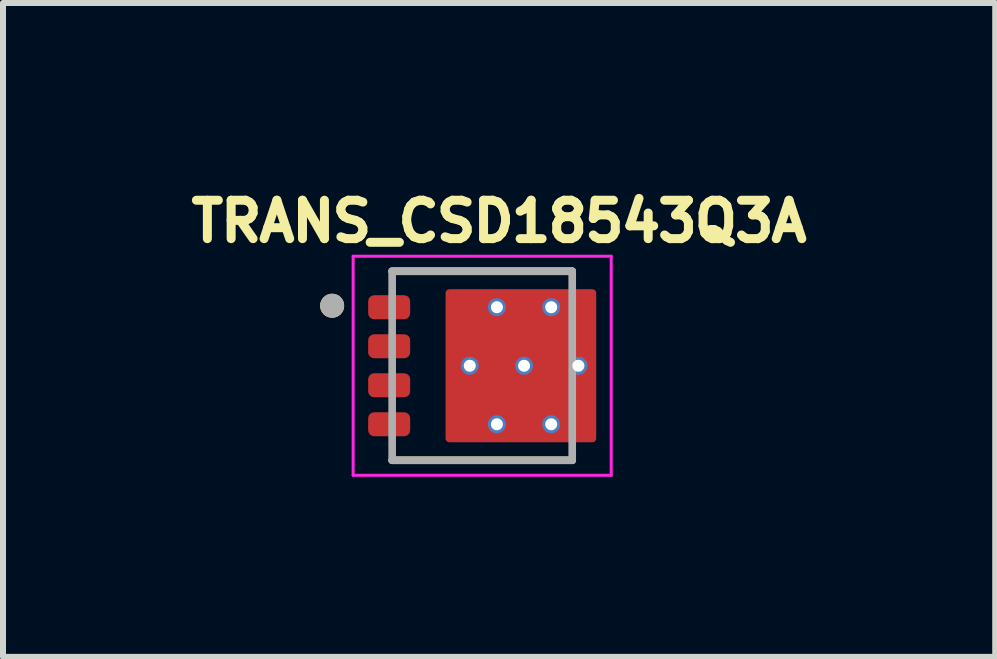
<source format=kicad_pcb>
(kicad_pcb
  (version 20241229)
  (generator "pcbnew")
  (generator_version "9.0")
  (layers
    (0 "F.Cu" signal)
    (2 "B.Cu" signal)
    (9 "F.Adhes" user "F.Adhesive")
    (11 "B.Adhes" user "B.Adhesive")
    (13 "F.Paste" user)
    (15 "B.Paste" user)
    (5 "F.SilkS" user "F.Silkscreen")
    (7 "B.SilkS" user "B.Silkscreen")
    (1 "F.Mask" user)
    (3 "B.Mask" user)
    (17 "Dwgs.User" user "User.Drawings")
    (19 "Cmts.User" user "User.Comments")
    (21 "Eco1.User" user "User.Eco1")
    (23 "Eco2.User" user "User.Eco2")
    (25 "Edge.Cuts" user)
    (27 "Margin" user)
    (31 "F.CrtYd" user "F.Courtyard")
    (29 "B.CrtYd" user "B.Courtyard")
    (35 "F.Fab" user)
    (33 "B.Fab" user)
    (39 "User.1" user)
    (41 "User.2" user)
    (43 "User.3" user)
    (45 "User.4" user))
  (footprint "TRANS_CSD18543Q3A"
    (layer "F.Cu")
    (at 4.984 3.044)
    (property "Reference" "TRANS_CSD18543Q3A" (at 0.282 -2.406 0) (layer "F.SilkS") (effects (font (size 0.64 0.64) (thickness 0.15))))
    (attr through_hole)
    (fp_poly (pts (xy -1.8 -1.125) (xy -1.3 -1.125) (xy -1.297 -1.125) (xy -1.295 -1.125) (xy -1.292 -1.124) (xy -1.29 -1.124) (xy -1.287 -1.123) (xy -1.285 -1.123) (xy -1.282 -1.122) (xy -1.28 -1.121) (xy -1.277 -1.12) (xy -1.275 -1.118) (xy -1.273 -1.117) (xy -1.271 -1.115) (xy -1.269 -1.114) (xy -1.267 -1.112) (xy -1.265 -1.11) (xy -1.263 -1.108) (xy -1.261 -1.106) (xy -1.26 -1.104) (xy -1.258 -1.102) (xy -1.257 -1.1) (xy -1.255 -1.098) (xy -1.254 -1.095) (xy -1.253 -1.093) (xy -1.252 -1.09) (xy -1.252 -1.088) (xy -1.251 -1.085) (xy -1.251 -1.083) (xy -1.25 -1.08) (xy -1.25 -1.078) (xy -1.25 -1.075) (xy -1.25 -0.875) (xy -1.25 -0.872) (xy -1.25 -0.87) (xy -1.251 -0.867) (xy -1.251 -0.865) (xy -1.252 -0.862) (xy -1.252 -0.86) (xy -1.253 -0.857) (xy -1.254 -0.855) (xy -1.255 -0.852) (xy -1.257 -0.85) (xy -1.258 -0.848) (xy -1.26 -0.846) (xy -1.261 -0.844) (xy -1.263 -0.842) (xy -1.265 -0.84) (xy -1.267 -0.838) (xy -1.269 -0.836) (xy -1.271 -0.835) (xy -1.273 -0.833) (xy -1.275 -0.832) (xy -1.277 -0.83) (xy -1.28 -0.829) (xy -1.282 -0.828) (xy -1.285 -0.827) (xy -1.287 -0.827) (xy -1.29 -0.826) (xy -1.292 -0.826) (xy -1.295 -0.825) (xy -1.297 -0.825) (xy -1.3 -0.825) (xy -1.8 -0.825) (xy -1.803 -0.825) (xy -1.805 -0.825) (xy -1.808 -0.826) (xy -1.81 -0.826) (xy -1.813 -0.827) (xy -1.815 -0.827) (xy -1.818 -0.828) (xy -1.82 -0.829) (xy -1.823 -0.83) (xy -1.825 -0.832) (xy -1.827 -0.833) (xy -1.829 -0.835) (xy -1.831 -0.836) (xy -1.833 -0.838) (xy -1.835 -0.84) (xy -1.837 -0.842) (xy -1.839 -0.844) (xy -1.84 -0.846) (xy -1.842 -0.848) (xy -1.843 -0.85) (xy -1.845 -0.852) (xy -1.846 -0.855) (xy -1.847 -0.857) (xy -1.848 -0.86) (xy -1.848 -0.862) (xy -1.849 -0.865) (xy -1.849 -0.867) (xy -1.85 -0.87) (xy -1.85 -0.872) (xy -1.85 -0.875) (xy -1.85 -1.075) (xy -1.85 -1.078) (xy -1.85 -1.08) (xy -1.849 -1.083) (xy -1.849 -1.085) (xy -1.848 -1.088) (xy -1.848 -1.09) (xy -1.847 -1.093) (xy -1.846 -1.095) (xy -1.845 -1.098) (xy -1.843 -1.1) (xy -1.842 -1.102) (xy -1.84 -1.104) (xy -1.839 -1.106) (xy -1.837 -1.108) (xy -1.835 -1.11) (xy -1.833 -1.112) (xy -1.831 -1.114) (xy -1.829 -1.115) (xy -1.827 -1.117) (xy -1.825 -1.118) (xy -1.823 -1.12) (xy -1.82 -1.121) (xy -1.818 -1.122) (xy -1.815 -1.123) (xy -1.813 -1.123) (xy -1.81 -1.124) (xy -1.808 -1.124) (xy -1.805 -1.125) (xy -1.803 -1.125) (xy -1.8 -1.125)) (stroke (width 0.01) (type solid)) (fill yes) (layer "F.Mask"))
    (fp_poly (pts (xy -1.8 -0.475) (xy -1.3 -0.475) (xy -1.297 -0.475) (xy -1.295 -0.475) (xy -1.292 -0.474) (xy -1.29 -0.474) (xy -1.287 -0.473) (xy -1.285 -0.473) (xy -1.282 -0.472) (xy -1.28 -0.471) (xy -1.277 -0.47) (xy -1.275 -0.468) (xy -1.273 -0.467) (xy -1.271 -0.465) (xy -1.269 -0.464) (xy -1.267 -0.462) (xy -1.265 -0.46) (xy -1.263 -0.458) (xy -1.261 -0.456) (xy -1.26 -0.454) (xy -1.258 -0.452) (xy -1.257 -0.45) (xy -1.255 -0.448) (xy -1.254 -0.445) (xy -1.253 -0.443) (xy -1.252 -0.44) (xy -1.252 -0.438) (xy -1.251 -0.435) (xy -1.251 -0.433) (xy -1.25 -0.43) (xy -1.25 -0.428) (xy -1.25 -0.425) (xy -1.25 -0.225) (xy -1.25 -0.222) (xy -1.25 -0.22) (xy -1.251 -0.217) (xy -1.251 -0.215) (xy -1.252 -0.212) (xy -1.252 -0.21) (xy -1.253 -0.207) (xy -1.254 -0.205) (xy -1.255 -0.202) (xy -1.257 -0.2) (xy -1.258 -0.198) (xy -1.26 -0.196) (xy -1.261 -0.194) (xy -1.263 -0.192) (xy -1.265 -0.19) (xy -1.267 -0.188) (xy -1.269 -0.186) (xy -1.271 -0.185) (xy -1.273 -0.183) (xy -1.275 -0.182) (xy -1.277 -0.18) (xy -1.28 -0.179) (xy -1.282 -0.178) (xy -1.285 -0.177) (xy -1.287 -0.177) (xy -1.29 -0.176) (xy -1.292 -0.176) (xy -1.295 -0.175) (xy -1.297 -0.175) (xy -1.3 -0.175) (xy -1.8 -0.175) (xy -1.803 -0.175) (xy -1.805 -0.175) (xy -1.808 -0.176) (xy -1.81 -0.176) (xy -1.813 -0.177) (xy -1.815 -0.177) (xy -1.818 -0.178) (xy -1.82 -0.179) (xy -1.823 -0.18) (xy -1.825 -0.182) (xy -1.827 -0.183) (xy -1.829 -0.185) (xy -1.831 -0.186) (xy -1.833 -0.188) (xy -1.835 -0.19) (xy -1.837 -0.192) (xy -1.839 -0.194) (xy -1.84 -0.196) (xy -1.842 -0.198) (xy -1.843 -0.2) (xy -1.845 -0.202) (xy -1.846 -0.205) (xy -1.847 -0.207) (xy -1.848 -0.21) (xy -1.848 -0.212) (xy -1.849 -0.215) (xy -1.849 -0.217) (xy -1.85 -0.22) (xy -1.85 -0.222) (xy -1.85 -0.225) (xy -1.85 -0.425) (xy -1.85 -0.428) (xy -1.85 -0.43) (xy -1.849 -0.433) (xy -1.849 -0.435) (xy -1.848 -0.438) (xy -1.848 -0.44) (xy -1.847 -0.443) (xy -1.846 -0.445) (xy -1.845 -0.448) (xy -1.843 -0.45) (xy -1.842 -0.452) (xy -1.84 -0.454) (xy -1.839 -0.456) (xy -1.837 -0.458) (xy -1.835 -0.46) (xy -1.833 -0.462) (xy -1.831 -0.464) (xy -1.829 -0.465) (xy -1.827 -0.467) (xy -1.825 -0.468) (xy -1.823 -0.47) (xy -1.82 -0.471) (xy -1.818 -0.472) (xy -1.815 -0.473) (xy -1.813 -0.473) (xy -1.81 -0.474) (xy -1.808 -0.474) (xy -1.805 -0.475) (xy -1.803 -0.475) (xy -1.8 -0.475)) (stroke (width 0.01) (type solid)) (fill yes) (layer "F.Mask"))
    (fp_poly (pts (xy -1.8 0.175) (xy -1.3 0.175) (xy -1.297 0.175) (xy -1.295 0.175) (xy -1.292 0.176) (xy -1.29 0.176) (xy -1.287 0.177) (xy -1.285 0.177) (xy -1.282 0.178) (xy -1.28 0.179) (xy -1.277 0.18) (xy -1.275 0.182) (xy -1.273 0.183) (xy -1.271 0.185) (xy -1.269 0.186) (xy -1.267 0.188) (xy -1.265 0.19) (xy -1.263 0.192) (xy -1.261 0.194) (xy -1.26 0.196) (xy -1.258 0.198) (xy -1.257 0.2) (xy -1.255 0.202) (xy -1.254 0.205) (xy -1.253 0.207) (xy -1.252 0.21) (xy -1.252 0.212) (xy -1.251 0.215) (xy -1.251 0.217) (xy -1.25 0.22) (xy -1.25 0.222) (xy -1.25 0.225) (xy -1.25 0.425) (xy -1.25 0.428) (xy -1.25 0.43) (xy -1.251 0.433) (xy -1.251 0.435) (xy -1.252 0.438) (xy -1.252 0.44) (xy -1.253 0.443) (xy -1.254 0.445) (xy -1.255 0.448) (xy -1.257 0.45) (xy -1.258 0.452) (xy -1.26 0.454) (xy -1.261 0.456) (xy -1.263 0.458) (xy -1.265 0.46) (xy -1.267 0.462) (xy -1.269 0.464) (xy -1.271 0.465) (xy -1.273 0.467) (xy -1.275 0.468) (xy -1.277 0.47) (xy -1.28 0.471) (xy -1.282 0.472) (xy -1.285 0.473) (xy -1.287 0.473) (xy -1.29 0.474) (xy -1.292 0.474) (xy -1.295 0.475) (xy -1.297 0.475) (xy -1.3 0.475) (xy -1.8 0.475) (xy -1.803 0.475) (xy -1.805 0.475) (xy -1.808 0.474) (xy -1.81 0.474) (xy -1.813 0.473) (xy -1.815 0.473) (xy -1.818 0.472) (xy -1.82 0.471) (xy -1.823 0.47) (xy -1.825 0.468) (xy -1.827 0.467) (xy -1.829 0.465) (xy -1.831 0.464) (xy -1.833 0.462) (xy -1.835 0.46) (xy -1.837 0.458) (xy -1.839 0.456) (xy -1.84 0.454) (xy -1.842 0.452) (xy -1.843 0.45) (xy -1.845 0.448) (xy -1.846 0.445) (xy -1.847 0.443) (xy -1.848 0.44) (xy -1.848 0.438) (xy -1.849 0.435) (xy -1.849 0.433) (xy -1.85 0.43) (xy -1.85 0.428) (xy -1.85 0.425) (xy -1.85 0.225) (xy -1.85 0.222) (xy -1.85 0.22) (xy -1.849 0.217) (xy -1.849 0.215) (xy -1.848 0.212) (xy -1.848 0.21) (xy -1.847 0.207) (xy -1.846 0.205) (xy -1.845 0.202) (xy -1.843 0.2) (xy -1.842 0.198) (xy -1.84 0.196) (xy -1.839 0.194) (xy -1.837 0.192) (xy -1.835 0.19) (xy -1.833 0.188) (xy -1.831 0.186) (xy -1.829 0.185) (xy -1.827 0.183) (xy -1.825 0.182) (xy -1.823 0.18) (xy -1.82 0.179) (xy -1.818 0.178) (xy -1.815 0.177) (xy -1.813 0.177) (xy -1.81 0.176) (xy -1.808 0.176) (xy -1.805 0.175) (xy -1.803 0.175) (xy -1.8 0.175)) (stroke (width 0.01) (type solid)) (fill yes) (layer "F.Mask"))
    (fp_poly (pts (xy -1.8 0.825) (xy -1.3 0.825) (xy -1.297 0.825) (xy -1.295 0.825) (xy -1.292 0.826) (xy -1.29 0.826) (xy -1.287 0.827) (xy -1.285 0.827) (xy -1.282 0.828) (xy -1.28 0.829) (xy -1.277 0.83) (xy -1.275 0.832) (xy -1.273 0.833) (xy -1.271 0.835) (xy -1.269 0.836) (xy -1.267 0.838) (xy -1.265 0.84) (xy -1.263 0.842) (xy -1.261 0.844) (xy -1.26 0.846) (xy -1.258 0.848) (xy -1.257 0.85) (xy -1.255 0.852) (xy -1.254 0.855) (xy -1.253 0.857) (xy -1.252 0.86) (xy -1.252 0.862) (xy -1.251 0.865) (xy -1.251 0.867) (xy -1.25 0.87) (xy -1.25 0.872) (xy -1.25 0.875) (xy -1.25 1.075) (xy -1.25 1.078) (xy -1.25 1.08) (xy -1.251 1.083) (xy -1.251 1.085) (xy -1.252 1.088) (xy -1.252 1.09) (xy -1.253 1.093) (xy -1.254 1.095) (xy -1.255 1.098) (xy -1.257 1.1) (xy -1.258 1.102) (xy -1.26 1.104) (xy -1.261 1.106) (xy -1.263 1.108) (xy -1.265 1.11) (xy -1.267 1.112) (xy -1.269 1.114) (xy -1.271 1.115) (xy -1.273 1.117) (xy -1.275 1.118) (xy -1.277 1.12) (xy -1.28 1.121) (xy -1.282 1.122) (xy -1.285 1.123) (xy -1.287 1.123) (xy -1.29 1.124) (xy -1.292 1.124) (xy -1.295 1.125) (xy -1.297 1.125) (xy -1.3 1.125) (xy -1.8 1.125) (xy -1.803 1.125) (xy -1.805 1.125) (xy -1.808 1.124) (xy -1.81 1.124) (xy -1.813 1.123) (xy -1.815 1.123) (xy -1.818 1.122) (xy -1.82 1.121) (xy -1.823 1.12) (xy -1.825 1.118) (xy -1.827 1.117) (xy -1.829 1.115) (xy -1.831 1.114) (xy -1.833 1.112) (xy -1.835 1.11) (xy -1.837 1.108) (xy -1.839 1.106) (xy -1.84 1.104) (xy -1.842 1.102) (xy -1.843 1.1) (xy -1.845 1.098) (xy -1.846 1.095) (xy -1.847 1.093) (xy -1.848 1.09) (xy -1.848 1.088) (xy -1.849 1.085) (xy -1.849 1.083) (xy -1.85 1.08) (xy -1.85 1.078) (xy -1.85 1.075) (xy -1.85 0.875) (xy -1.85 0.872) (xy -1.85 0.87) (xy -1.849 0.867) (xy -1.849 0.865) (xy -1.848 0.862) (xy -1.848 0.86) (xy -1.847 0.857) (xy -1.846 0.855) (xy -1.845 0.852) (xy -1.843 0.85) (xy -1.842 0.848) (xy -1.84 0.846) (xy -1.839 0.844) (xy -1.837 0.842) (xy -1.835 0.84) (xy -1.833 0.838) (xy -1.831 0.836) (xy -1.829 0.835) (xy -1.827 0.833) (xy -1.825 0.832) (xy -1.823 0.83) (xy -1.82 0.829) (xy -1.818 0.828) (xy -1.815 0.827) (xy -1.813 0.827) (xy -1.81 0.826) (xy -1.808 0.826) (xy -1.805 0.825) (xy -1.803 0.825) (xy -1.8 0.825)) (stroke (width 0.01) (type solid)) (fill yes) (layer "F.Mask"))
    (fp_poly (pts (xy 1.215 1.125) (xy 1.215 1.175) (xy 1.215 1.178) (xy 1.215 1.18) (xy 1.214 1.183) (xy 1.214 1.185) (xy 1.213 1.188) (xy 1.213 1.19) (xy 1.212 1.193) (xy 1.211 1.195) (xy 1.21 1.198) (xy 1.208 1.2) (xy 1.207 1.202) (xy 1.205 1.204) (xy 1.204 1.206) (xy 1.202 1.208) (xy 1.2 1.21) (xy 1.198 1.212) (xy 1.196 1.214) (xy 1.194 1.215) (xy 1.192 1.217) (xy 1.19 1.218) (xy 1.188 1.22) (xy 1.185 1.221) (xy 1.183 1.222) (xy 1.18 1.223) (xy 1.178 1.223) (xy 1.175 1.224) (xy 1.173 1.224) (xy 1.17 1.225) (xy 1.168 1.225) (xy 1.165 1.225) (xy -0.51 1.225) (xy -0.513 1.225) (xy -0.515 1.225) (xy -0.518 1.224) (xy -0.52 1.224) (xy -0.523 1.223) (xy -0.525 1.223) (xy -0.528 1.222) (xy -0.53 1.221) (xy -0.533 1.22) (xy -0.535 1.218) (xy -0.537 1.217) (xy -0.539 1.215) (xy -0.541 1.214) (xy -0.543 1.212) (xy -0.545 1.21) (xy -0.547 1.208) (xy -0.549 1.206) (xy -0.55 1.204) (xy -0.552 1.202) (xy -0.553 1.2) (xy -0.555 1.198) (xy -0.556 1.195) (xy -0.557 1.193) (xy -0.558 1.19) (xy -0.558 1.188) (xy -0.559 1.185) (xy -0.559 1.183) (xy -0.56 1.18) (xy -0.56 1.178) (xy -0.56 1.175) (xy -0.56 -1.175) (xy -0.56 -1.178) (xy -0.56 -1.18) (xy -0.559 -1.183) (xy -0.559 -1.185) (xy -0.558 -1.188) (xy -0.558 -1.19) (xy -0.557 -1.193) (xy -0.556 -1.195) (xy -0.555 -1.198) (xy -0.553 -1.2) (xy -0.552 -1.202) (xy -0.55 -1.204) (xy -0.549 -1.206) (xy -0.547 -1.208) (xy -0.545 -1.21) (xy -0.543 -1.212) (xy -0.541 -1.214) (xy -0.539 -1.215) (xy -0.537 -1.217) (xy -0.535 -1.218) (xy -0.533 -1.22) (xy -0.53 -1.221) (xy -0.528 -1.222) (xy -0.525 -1.223) (xy -0.523 -1.223) (xy -0.52 -1.224) (xy -0.518 -1.224) (xy -0.515 -1.225) (xy -0.513 -1.225) (xy -0.51 -1.225) (xy 1.165 -1.225) (xy 1.168 -1.225) (xy 1.17 -1.225) (xy 1.173 -1.224) (xy 1.175 -1.224) (xy 1.178 -1.223) (xy 1.18 -1.223) (xy 1.183 -1.222) (xy 1.185 -1.221) (xy 1.188 -1.22) (xy 1.19 -1.218) (xy 1.192 -1.217) (xy 1.194 -1.215) (xy 1.196 -1.214) (xy 1.198 -1.212) (xy 1.2 -1.21) (xy 1.202 -1.208) (xy 1.204 -1.206) (xy 1.205 -1.204) (xy 1.207 -1.202) (xy 1.208 -1.2) (xy 1.21 -1.198) (xy 1.211 -1.195) (xy 1.212 -1.193) (xy 1.213 -1.19) (xy 1.213 -1.188) (xy 1.214 -1.185) (xy 1.214 -1.183) (xy 1.215 -1.18) (xy 1.215 -1.178) (xy 1.215 -1.175) (xy 1.215 -1.125) (xy 1.8 -1.125) (xy 1.803 -1.125) (xy 1.805 -1.125) (xy 1.808 -1.124) (xy 1.81 -1.124) (xy 1.813 -1.123) (xy 1.815 -1.123) (xy 1.818 -1.122) (xy 1.82 -1.121) (xy 1.823 -1.12) (xy 1.825 -1.118) (xy 1.827 -1.117) (xy 1.829 -1.115) (xy 1.831 -1.114) (xy 1.833 -1.112) (xy 1.835 -1.11) (xy 1.837 -1.108) (xy 1.839 -1.106) (xy 1.84 -1.104) (xy 1.842 -1.102) (xy 1.843 -1.1) (xy 1.845 -1.098) (xy 1.846 -1.095) (xy 1.847 -1.093) (xy 1.848 -1.09) (xy 1.848 -1.088) (xy 1.849 -1.085) (xy 1.849 -1.083) (xy 1.85 -1.08) (xy 1.85 -1.078) (xy 1.85 -1.075) (xy 1.85 -0.875) (xy 1.85 -0.872) (xy 1.85 -0.87) (xy 1.849 -0.867) (xy 1.849 -0.865) (xy 1.848 -0.862) (xy 1.848 -0.86) (xy 1.847 -0.857) (xy 1.846 -0.855) (xy 1.845 -0.852) (xy 1.843 -0.85) (xy 1.842 -0.848) (xy 1.84 -0.846) (xy 1.839 -0.844) (xy 1.837 -0.842) (xy 1.835 -0.84) (xy 1.833 -0.838) (xy 1.831 -0.836) (xy 1.829 -0.835) (xy 1.827 -0.833) (xy 1.825 -0.832) (xy 1.823 -0.83) (xy 1.82 -0.829) (xy 1.818 -0.828) (xy 1.815 -0.827) (xy 1.813 -0.827) (xy 1.81 -0.826) (xy 1.808 -0.826) (xy 1.805 -0.825) (xy 1.803 -0.825) (xy 1.8 -0.825) (xy 1.215 -0.825) (xy 1.215 -0.475) (xy 1.8 -0.475) (xy 1.803 -0.475) (xy 1.805 -0.475) (xy 1.808 -0.474) (xy 1.81 -0.474) (xy 1.813 -0.473) (xy 1.815 -0.473) (xy 1.818 -0.472) (xy 1.82 -0.471) (xy 1.823 -0.47) (xy 1.825 -0.468) (xy 1.827 -0.467) (xy 1.829 -0.465) (xy 1.831 -0.464) (xy 1.833 -0.462) (xy 1.835 -0.46) (xy 1.837 -0.458) (xy 1.839 -0.456) (xy 1.84 -0.454) (xy 1.842 -0.452) (xy 1.843 -0.45) (xy 1.845 -0.448) (xy 1.846 -0.445) (xy 1.847 -0.443) (xy 1.848 -0.44) (xy 1.848 -0.438) (xy 1.849 -0.435) (xy 1.849 -0.433) (xy 1.85 -0.43) (xy 1.85 -0.428) (xy 1.85 -0.425) (xy 1.85 -0.225) (xy 1.85 -0.222) (xy 1.85 -0.22) (xy 1.849 -0.217) (xy 1.849 -0.215) (xy 1.848 -0.212) (xy 1.848 -0.21) (xy 1.847 -0.207) (xy 1.846 -0.205) (xy 1.845 -0.202) (xy 1.843 -0.2) (xy 1.842 -0.198) (xy 1.84 -0.196) (xy 1.839 -0.194) (xy 1.837 -0.192) (xy 1.835 -0.19) (xy 1.833 -0.188) (xy 1.831 -0.186) (xy 1.829 -0.185) (xy 1.827 -0.183) (xy 1.825 -0.182) (xy 1.823 -0.18) (xy 1.82 -0.179) (xy 1.818 -0.178) (xy 1.815 -0.177) (xy 1.813 -0.177) (xy 1.81 -0.176) (xy 1.808 -0.176) (xy 1.805 -0.175) (xy 1.803 -0.175) (xy 1.8 -0.175) (xy 1.215 -0.175) (xy 1.215 0.175) (xy 1.8 0.175) (xy 1.803 0.175) (xy 1.805 0.175) (xy 1.808 0.176) (xy 1.81 0.176) (xy 1.813 0.177) (xy 1.815 0.177) (xy 1.818 0.178) (xy 1.82 0.179) (xy 1.823 0.18) (xy 1.825 0.182) (xy 1.827 0.183) (xy 1.829 0.185) (xy 1.831 0.186) (xy 1.833 0.188) (xy 1.835 0.19) (xy 1.837 0.192) (xy 1.839 0.194) (xy 1.84 0.196) (xy 1.842 0.198) (xy 1.843 0.2) (xy 1.845 0.202) (xy 1.846 0.205) (xy 1.847 0.207) (xy 1.848 0.21) (xy 1.848 0.212) (xy 1.849 0.215) (xy 1.849 0.217) (xy 1.85 0.22) (xy 1.85 0.222) (xy 1.85 0.225) (xy 1.85 0.425) (xy 1.85 0.428) (xy 1.85 0.43) (xy 1.849 0.433) (xy 1.849 0.435) (xy 1.848 0.438) (xy 1.848 0.44) (xy 1.847 0.443) (xy 1.846 0.445) (xy 1.845 0.448) (xy 1.843 0.45) (xy 1.842 0.452) (xy 1.84 0.454) (xy 1.839 0.456) (xy 1.837 0.458) (xy 1.835 0.46) (xy 1.833 0.462) (xy 1.831 0.464) (xy 1.829 0.465) (xy 1.827 0.467) (xy 1.825 0.468) (xy 1.823 0.47) (xy 1.82 0.471) (xy 1.818 0.472) (xy 1.815 0.473) (xy 1.813 0.473) (xy 1.81 0.474) (xy 1.808 0.474) (xy 1.805 0.475) (xy 1.803 0.475) (xy 1.8 0.475) (xy 1.215 0.475) (xy 1.215 0.825) (xy 1.8 0.825) (xy 1.803 0.825) (xy 1.805 0.825) (xy 1.808 0.826) (xy 1.81 0.826) (xy 1.813 0.827) (xy 1.815 0.827) (xy 1.818 0.828) (xy 1.82 0.829) (xy 1.823 0.83) (xy 1.825 0.832) (xy 1.827 0.833) (xy 1.829 0.835) (xy 1.831 0.836) (xy 1.833 0.838) (xy 1.835 0.84) (xy 1.837 0.842) (xy 1.839 0.844) (xy 1.84 0.846) (xy 1.842 0.848) (xy 1.843 0.85) (xy 1.845 0.852) (xy 1.846 0.855) (xy 1.847 0.857) (xy 1.848 0.86) (xy 1.848 0.862) (xy 1.849 0.865) (xy 1.849 0.867) (xy 1.85 0.87) (xy 1.85 0.872) (xy 1.85 0.875) (xy 1.85 1.075) (xy 1.85 1.078) (xy 1.85 1.08) (xy 1.849 1.083) (xy 1.849 1.085) (xy 1.848 1.088) (xy 1.848 1.09) (xy 1.847 1.093) (xy 1.846 1.095) (xy 1.845 1.098) (xy 1.843 1.1) (xy 1.842 1.102) (xy 1.84 1.104) (xy 1.839 1.106) (xy 1.837 1.108) (xy 1.835 1.11) (xy 1.833 1.112) (xy 1.831 1.114) (xy 1.829 1.115) (xy 1.827 1.117) (xy 1.825 1.118) (xy 1.823 1.12) (xy 1.82 1.121) (xy 1.818 1.122) (xy 1.815 1.123) (xy 1.813 1.123) (xy 1.81 1.124) (xy 1.808 1.124) (xy 1.805 1.125) (xy 1.803 1.125) (xy 1.8 1.125) (xy 1.215 1.125)) (stroke (width 0.01) (type solid)) (fill yes) (layer "F.Mask"))
    (fp_line (start -1.5 -1.575) (end 1.5 -1.575) (stroke (width 0.127) (type solid)) (layer "F.SilkS"))
    (fp_line (start 1.5 1.575) (end -1.5 1.575) (stroke (width 0.127) (type solid)) (layer "F.SilkS"))
    (fp_circle (center -2.5 -1) (end -2.4 -1) (stroke (width 0.2) (type solid)) (fill no) (layer "F.SilkS"))
    (fp_poly (pts (xy -1.8 -1.125) (xy -1.3 -1.125) (xy -1.297 -1.125) (xy -1.295 -1.125) (xy -1.292 -1.124) (xy -1.29 -1.124) (xy -1.287 -1.123) (xy -1.285 -1.123) (xy -1.282 -1.122) (xy -1.28 -1.121) (xy -1.277 -1.12) (xy -1.275 -1.118) (xy -1.273 -1.117) (xy -1.271 -1.115) (xy -1.269 -1.114) (xy -1.267 -1.112) (xy -1.265 -1.11) (xy -1.263 -1.108) (xy -1.261 -1.106) (xy -1.26 -1.104) (xy -1.258 -1.102) (xy -1.257 -1.1) (xy -1.255 -1.098) (xy -1.254 -1.095) (xy -1.253 -1.093) (xy -1.252 -1.09) (xy -1.252 -1.088) (xy -1.251 -1.085) (xy -1.251 -1.083) (xy -1.25 -1.08) (xy -1.25 -1.078) (xy -1.25 -1.075) (xy -1.25 -0.875) (xy -1.25 -0.872) (xy -1.25 -0.87) (xy -1.251 -0.867) (xy -1.251 -0.865) (xy -1.252 -0.862) (xy -1.252 -0.86) (xy -1.253 -0.857) (xy -1.254 -0.855) (xy -1.255 -0.852) (xy -1.257 -0.85) (xy -1.258 -0.848) (xy -1.26 -0.846) (xy -1.261 -0.844) (xy -1.263 -0.842) (xy -1.265 -0.84) (xy -1.267 -0.838) (xy -1.269 -0.836) (xy -1.271 -0.835) (xy -1.273 -0.833) (xy -1.275 -0.832) (xy -1.277 -0.83) (xy -1.28 -0.829) (xy -1.282 -0.828) (xy -1.285 -0.827) (xy -1.287 -0.827) (xy -1.29 -0.826) (xy -1.292 -0.826) (xy -1.295 -0.825) (xy -1.297 -0.825) (xy -1.3 -0.825) (xy -1.8 -0.825) (xy -1.803 -0.825) (xy -1.805 -0.825) (xy -1.808 -0.826) (xy -1.81 -0.826) (xy -1.813 -0.827) (xy -1.815 -0.827) (xy -1.818 -0.828) (xy -1.82 -0.829) (xy -1.823 -0.83) (xy -1.825 -0.832) (xy -1.827 -0.833) (xy -1.829 -0.835) (xy -1.831 -0.836) (xy -1.833 -0.838) (xy -1.835 -0.84) (xy -1.837 -0.842) (xy -1.839 -0.844) (xy -1.84 -0.846) (xy -1.842 -0.848) (xy -1.843 -0.85) (xy -1.845 -0.852) (xy -1.846 -0.855) (xy -1.847 -0.857) (xy -1.848 -0.86) (xy -1.848 -0.862) (xy -1.849 -0.865) (xy -1.849 -0.867) (xy -1.85 -0.87) (xy -1.85 -0.872) (xy -1.85 -0.875) (xy -1.85 -1.075) (xy -1.85 -1.078) (xy -1.85 -1.08) (xy -1.849 -1.083) (xy -1.849 -1.085) (xy -1.848 -1.088) (xy -1.848 -1.09) (xy -1.847 -1.093) (xy -1.846 -1.095) (xy -1.845 -1.098) (xy -1.843 -1.1) (xy -1.842 -1.102) (xy -1.84 -1.104) (xy -1.839 -1.106) (xy -1.837 -1.108) (xy -1.835 -1.11) (xy -1.833 -1.112) (xy -1.831 -1.114) (xy -1.829 -1.115) (xy -1.827 -1.117) (xy -1.825 -1.118) (xy -1.823 -1.12) (xy -1.82 -1.121) (xy -1.818 -1.122) (xy -1.815 -1.123) (xy -1.813 -1.123) (xy -1.81 -1.124) (xy -1.808 -1.124) (xy -1.805 -1.125) (xy -1.803 -1.125) (xy -1.8 -1.125)) (stroke (width 0.01) (type solid)) (fill yes) (layer "F.Paste"))
    (fp_poly (pts (xy -1.8 -0.475) (xy -1.3 -0.475) (xy -1.297 -0.475) (xy -1.295 -0.475) (xy -1.292 -0.474) (xy -1.29 -0.474) (xy -1.287 -0.473) (xy -1.285 -0.473) (xy -1.282 -0.472) (xy -1.28 -0.471) (xy -1.277 -0.47) (xy -1.275 -0.468) (xy -1.273 -0.467) (xy -1.271 -0.465) (xy -1.269 -0.464) (xy -1.267 -0.462) (xy -1.265 -0.46) (xy -1.263 -0.458) (xy -1.261 -0.456) (xy -1.26 -0.454) (xy -1.258 -0.452) (xy -1.257 -0.45) (xy -1.255 -0.448) (xy -1.254 -0.445) (xy -1.253 -0.443) (xy -1.252 -0.44) (xy -1.252 -0.438) (xy -1.251 -0.435) (xy -1.251 -0.433) (xy -1.25 -0.43) (xy -1.25 -0.428) (xy -1.25 -0.425) (xy -1.25 -0.225) (xy -1.25 -0.222) (xy -1.25 -0.22) (xy -1.251 -0.217) (xy -1.251 -0.215) (xy -1.252 -0.212) (xy -1.252 -0.21) (xy -1.253 -0.207) (xy -1.254 -0.205) (xy -1.255 -0.202) (xy -1.257 -0.2) (xy -1.258 -0.198) (xy -1.26 -0.196) (xy -1.261 -0.194) (xy -1.263 -0.192) (xy -1.265 -0.19) (xy -1.267 -0.188) (xy -1.269 -0.186) (xy -1.271 -0.185) (xy -1.273 -0.183) (xy -1.275 -0.182) (xy -1.277 -0.18) (xy -1.28 -0.179) (xy -1.282 -0.178) (xy -1.285 -0.177) (xy -1.287 -0.177) (xy -1.29 -0.176) (xy -1.292 -0.176) (xy -1.295 -0.175) (xy -1.297 -0.175) (xy -1.3 -0.175) (xy -1.8 -0.175) (xy -1.803 -0.175) (xy -1.805 -0.175) (xy -1.808 -0.176) (xy -1.81 -0.176) (xy -1.813 -0.177) (xy -1.815 -0.177) (xy -1.818 -0.178) (xy -1.82 -0.179) (xy -1.823 -0.18) (xy -1.825 -0.182) (xy -1.827 -0.183) (xy -1.829 -0.185) (xy -1.831 -0.186) (xy -1.833 -0.188) (xy -1.835 -0.19) (xy -1.837 -0.192) (xy -1.839 -0.194) (xy -1.84 -0.196) (xy -1.842 -0.198) (xy -1.843 -0.2) (xy -1.845 -0.202) (xy -1.846 -0.205) (xy -1.847 -0.207) (xy -1.848 -0.21) (xy -1.848 -0.212) (xy -1.849 -0.215) (xy -1.849 -0.217) (xy -1.85 -0.22) (xy -1.85 -0.222) (xy -1.85 -0.225) (xy -1.85 -0.425) (xy -1.85 -0.428) (xy -1.85 -0.43) (xy -1.849 -0.433) (xy -1.849 -0.435) (xy -1.848 -0.438) (xy -1.848 -0.44) (xy -1.847 -0.443) (xy -1.846 -0.445) (xy -1.845 -0.448) (xy -1.843 -0.45) (xy -1.842 -0.452) (xy -1.84 -0.454) (xy -1.839 -0.456) (xy -1.837 -0.458) (xy -1.835 -0.46) (xy -1.833 -0.462) (xy -1.831 -0.464) (xy -1.829 -0.465) (xy -1.827 -0.467) (xy -1.825 -0.468) (xy -1.823 -0.47) (xy -1.82 -0.471) (xy -1.818 -0.472) (xy -1.815 -0.473) (xy -1.813 -0.473) (xy -1.81 -0.474) (xy -1.808 -0.474) (xy -1.805 -0.475) (xy -1.803 -0.475) (xy -1.8 -0.475)) (stroke (width 0.01) (type solid)) (fill yes) (layer "F.Paste"))
    (fp_poly (pts (xy -1.8 0.175) (xy -1.3 0.175) (xy -1.297 0.175) (xy -1.295 0.175) (xy -1.292 0.176) (xy -1.29 0.176) (xy -1.287 0.177) (xy -1.285 0.177) (xy -1.282 0.178) (xy -1.28 0.179) (xy -1.277 0.18) (xy -1.275 0.182) (xy -1.273 0.183) (xy -1.271 0.185) (xy -1.269 0.186) (xy -1.267 0.188) (xy -1.265 0.19) (xy -1.263 0.192) (xy -1.261 0.194) (xy -1.26 0.196) (xy -1.258 0.198) (xy -1.257 0.2) (xy -1.255 0.202) (xy -1.254 0.205) (xy -1.253 0.207) (xy -1.252 0.21) (xy -1.252 0.212) (xy -1.251 0.215) (xy -1.251 0.217) (xy -1.25 0.22) (xy -1.25 0.222) (xy -1.25 0.225) (xy -1.25 0.425) (xy -1.25 0.428) (xy -1.25 0.43) (xy -1.251 0.433) (xy -1.251 0.435) (xy -1.252 0.438) (xy -1.252 0.44) (xy -1.253 0.443) (xy -1.254 0.445) (xy -1.255 0.448) (xy -1.257 0.45) (xy -1.258 0.452) (xy -1.26 0.454) (xy -1.261 0.456) (xy -1.263 0.458) (xy -1.265 0.46) (xy -1.267 0.462) (xy -1.269 0.464) (xy -1.271 0.465) (xy -1.273 0.467) (xy -1.275 0.468) (xy -1.277 0.47) (xy -1.28 0.471) (xy -1.282 0.472) (xy -1.285 0.473) (xy -1.287 0.473) (xy -1.29 0.474) (xy -1.292 0.474) (xy -1.295 0.475) (xy -1.297 0.475) (xy -1.3 0.475) (xy -1.8 0.475) (xy -1.803 0.475) (xy -1.805 0.475) (xy -1.808 0.474) (xy -1.81 0.474) (xy -1.813 0.473) (xy -1.815 0.473) (xy -1.818 0.472) (xy -1.82 0.471) (xy -1.823 0.47) (xy -1.825 0.468) (xy -1.827 0.467) (xy -1.829 0.465) (xy -1.831 0.464) (xy -1.833 0.462) (xy -1.835 0.46) (xy -1.837 0.458) (xy -1.839 0.456) (xy -1.84 0.454) (xy -1.842 0.452) (xy -1.843 0.45) (xy -1.845 0.448) (xy -1.846 0.445) (xy -1.847 0.443) (xy -1.848 0.44) (xy -1.848 0.438) (xy -1.849 0.435) (xy -1.849 0.433) (xy -1.85 0.43) (xy -1.85 0.428) (xy -1.85 0.425) (xy -1.85 0.225) (xy -1.85 0.222) (xy -1.85 0.22) (xy -1.849 0.217) (xy -1.849 0.215) (xy -1.848 0.212) (xy -1.848 0.21) (xy -1.847 0.207) (xy -1.846 0.205) (xy -1.845 0.202) (xy -1.843 0.2) (xy -1.842 0.198) (xy -1.84 0.196) (xy -1.839 0.194) (xy -1.837 0.192) (xy -1.835 0.19) (xy -1.833 0.188) (xy -1.831 0.186) (xy -1.829 0.185) (xy -1.827 0.183) (xy -1.825 0.182) (xy -1.823 0.18) (xy -1.82 0.179) (xy -1.818 0.178) (xy -1.815 0.177) (xy -1.813 0.177) (xy -1.81 0.176) (xy -1.808 0.176) (xy -1.805 0.175) (xy -1.803 0.175) (xy -1.8 0.175)) (stroke (width 0.01) (type solid)) (fill yes) (layer "F.Paste"))
    (fp_poly (pts (xy -1.8 0.825) (xy -1.3 0.825) (xy -1.297 0.825) (xy -1.295 0.825) (xy -1.292 0.826) (xy -1.29 0.826) (xy -1.287 0.827) (xy -1.285 0.827) (xy -1.282 0.828) (xy -1.28 0.829) (xy -1.277 0.83) (xy -1.275 0.832) (xy -1.273 0.833) (xy -1.271 0.835) (xy -1.269 0.836) (xy -1.267 0.838) (xy -1.265 0.84) (xy -1.263 0.842) (xy -1.261 0.844) (xy -1.26 0.846) (xy -1.258 0.848) (xy -1.257 0.85) (xy -1.255 0.852) (xy -1.254 0.855) (xy -1.253 0.857) (xy -1.252 0.86) (xy -1.252 0.862) (xy -1.251 0.865) (xy -1.251 0.867) (xy -1.25 0.87) (xy -1.25 0.872) (xy -1.25 0.875) (xy -1.25 1.075) (xy -1.25 1.078) (xy -1.25 1.08) (xy -1.251 1.083) (xy -1.251 1.085) (xy -1.252 1.088) (xy -1.252 1.09) (xy -1.253 1.093) (xy -1.254 1.095) (xy -1.255 1.098) (xy -1.257 1.1) (xy -1.258 1.102) (xy -1.26 1.104) (xy -1.261 1.106) (xy -1.263 1.108) (xy -1.265 1.11) (xy -1.267 1.112) (xy -1.269 1.114) (xy -1.271 1.115) (xy -1.273 1.117) (xy -1.275 1.118) (xy -1.277 1.12) (xy -1.28 1.121) (xy -1.282 1.122) (xy -1.285 1.123) (xy -1.287 1.123) (xy -1.29 1.124) (xy -1.292 1.124) (xy -1.295 1.125) (xy -1.297 1.125) (xy -1.3 1.125) (xy -1.8 1.125) (xy -1.803 1.125) (xy -1.805 1.125) (xy -1.808 1.124) (xy -1.81 1.124) (xy -1.813 1.123) (xy -1.815 1.123) (xy -1.818 1.122) (xy -1.82 1.121) (xy -1.823 1.12) (xy -1.825 1.118) (xy -1.827 1.117) (xy -1.829 1.115) (xy -1.831 1.114) (xy -1.833 1.112) (xy -1.835 1.11) (xy -1.837 1.108) (xy -1.839 1.106) (xy -1.84 1.104) (xy -1.842 1.102) (xy -1.843 1.1) (xy -1.845 1.098) (xy -1.846 1.095) (xy -1.847 1.093) (xy -1.848 1.09) (xy -1.848 1.088) (xy -1.849 1.085) (xy -1.849 1.083) (xy -1.85 1.08) (xy -1.85 1.078) (xy -1.85 1.075) (xy -1.85 0.875) (xy -1.85 0.872) (xy -1.85 0.87) (xy -1.849 0.867) (xy -1.849 0.865) (xy -1.848 0.862) (xy -1.848 0.86) (xy -1.847 0.857) (xy -1.846 0.855) (xy -1.845 0.852) (xy -1.843 0.85) (xy -1.842 0.848) (xy -1.84 0.846) (xy -1.839 0.844) (xy -1.837 0.842) (xy -1.835 0.84) (xy -1.833 0.838) (xy -1.831 0.836) (xy -1.829 0.835) (xy -1.827 0.833) (xy -1.825 0.832) (xy -1.823 0.83) (xy -1.82 0.829) (xy -1.818 0.828) (xy -1.815 0.827) (xy -1.813 0.827) (xy -1.81 0.826) (xy -1.808 0.826) (xy -1.805 0.825) (xy -1.803 0.825) (xy -1.8 0.825)) (stroke (width 0.01) (type solid)) (fill yes) (layer "F.Paste"))
    (fp_poly (pts (xy 1.3 -1.125) (xy 1.8 -1.125) (xy 1.803 -1.125) (xy 1.805 -1.125) (xy 1.808 -1.124) (xy 1.81 -1.124) (xy 1.813 -1.123) (xy 1.815 -1.123) (xy 1.818 -1.122) (xy 1.82 -1.121) (xy 1.823 -1.12) (xy 1.825 -1.118) (xy 1.827 -1.117) (xy 1.829 -1.115) (xy 1.831 -1.114) (xy 1.833 -1.112) (xy 1.835 -1.11) (xy 1.837 -1.108) (xy 1.839 -1.106) (xy 1.84 -1.104) (xy 1.842 -1.102) (xy 1.843 -1.1) (xy 1.845 -1.098) (xy 1.846 -1.095) (xy 1.847 -1.093) (xy 1.848 -1.09) (xy 1.848 -1.088) (xy 1.849 -1.085) (xy 1.849 -1.083) (xy 1.85 -1.08) (xy 1.85 -1.078) (xy 1.85 -1.075) (xy 1.85 -0.875) (xy 1.85 -0.872) (xy 1.85 -0.87) (xy 1.849 -0.867) (xy 1.849 -0.865) (xy 1.848 -0.862) (xy 1.848 -0.86) (xy 1.847 -0.857) (xy 1.846 -0.855) (xy 1.845 -0.852) (xy 1.843 -0.85) (xy 1.842 -0.848) (xy 1.84 -0.846) (xy 1.839 -0.844) (xy 1.837 -0.842) (xy 1.835 -0.84) (xy 1.833 -0.838) (xy 1.831 -0.836) (xy 1.829 -0.835) (xy 1.827 -0.833) (xy 1.825 -0.832) (xy 1.823 -0.83) (xy 1.82 -0.829) (xy 1.818 -0.828) (xy 1.815 -0.827) (xy 1.813 -0.827) (xy 1.81 -0.826) (xy 1.808 -0.826) (xy 1.805 -0.825) (xy 1.803 -0.825) (xy 1.8 -0.825) (xy 1.3 -0.825) (xy 1.297 -0.825) (xy 1.295 -0.825) (xy 1.292 -0.826) (xy 1.29 -0.826) (xy 1.287 -0.827) (xy 1.285 -0.827) (xy 1.282 -0.828) (xy 1.28 -0.829) (xy 1.277 -0.83) (xy 1.275 -0.832) (xy 1.273 -0.833) (xy 1.271 -0.835) (xy 1.269 -0.836) (xy 1.267 -0.838) (xy 1.265 -0.84) (xy 1.263 -0.842) (xy 1.261 -0.844) (xy 1.26 -0.846) (xy 1.258 -0.848) (xy 1.257 -0.85) (xy 1.255 -0.852) (xy 1.254 -0.855) (xy 1.253 -0.857) (xy 1.252 -0.86) (xy 1.252 -0.862) (xy 1.251 -0.865) (xy 1.251 -0.867) (xy 1.25 -0.87) (xy 1.25 -0.872) (xy 1.25 -0.875) (xy 1.25 -1.075) (xy 1.25 -1.078) (xy 1.25 -1.08) (xy 1.251 -1.083) (xy 1.251 -1.085) (xy 1.252 -1.088) (xy 1.252 -1.09) (xy 1.253 -1.093) (xy 1.254 -1.095) (xy 1.255 -1.098) (xy 1.257 -1.1) (xy 1.258 -1.102) (xy 1.26 -1.104) (xy 1.261 -1.106) (xy 1.263 -1.108) (xy 1.265 -1.11) (xy 1.267 -1.112) (xy 1.269 -1.114) (xy 1.271 -1.115) (xy 1.273 -1.117) (xy 1.275 -1.118) (xy 1.277 -1.12) (xy 1.28 -1.121) (xy 1.282 -1.122) (xy 1.285 -1.123) (xy 1.287 -1.123) (xy 1.29 -1.124) (xy 1.292 -1.124) (xy 1.295 -1.125) (xy 1.297 -1.125) (xy 1.3 -1.125)) (stroke (width 0.01) (type solid)) (fill yes) (layer "F.Paste"))
    (fp_poly (pts (xy 1.3 -0.475) (xy 1.8 -0.475) (xy 1.803 -0.475) (xy 1.805 -0.475) (xy 1.808 -0.474) (xy 1.81 -0.474) (xy 1.813 -0.473) (xy 1.815 -0.473) (xy 1.818 -0.472) (xy 1.82 -0.471) (xy 1.823 -0.47) (xy 1.825 -0.468) (xy 1.827 -0.467) (xy 1.829 -0.465) (xy 1.831 -0.464) (xy 1.833 -0.462) (xy 1.835 -0.46) (xy 1.837 -0.458) (xy 1.839 -0.456) (xy 1.84 -0.454) (xy 1.842 -0.452) (xy 1.843 -0.45) (xy 1.845 -0.448) (xy 1.846 -0.445) (xy 1.847 -0.443) (xy 1.848 -0.44) (xy 1.848 -0.438) (xy 1.849 -0.435) (xy 1.849 -0.433) (xy 1.85 -0.43) (xy 1.85 -0.428) (xy 1.85 -0.425) (xy 1.85 -0.225) (xy 1.85 -0.222) (xy 1.85 -0.22) (xy 1.849 -0.217) (xy 1.849 -0.215) (xy 1.848 -0.212) (xy 1.848 -0.21) (xy 1.847 -0.207) (xy 1.846 -0.205) (xy 1.845 -0.202) (xy 1.843 -0.2) (xy 1.842 -0.198) (xy 1.84 -0.196) (xy 1.839 -0.194) (xy 1.837 -0.192) (xy 1.835 -0.19) (xy 1.833 -0.188) (xy 1.831 -0.186) (xy 1.829 -0.185) (xy 1.827 -0.183) (xy 1.825 -0.182) (xy 1.823 -0.18) (xy 1.82 -0.179) (xy 1.818 -0.178) (xy 1.815 -0.177) (xy 1.813 -0.177) (xy 1.81 -0.176) (xy 1.808 -0.176) (xy 1.805 -0.175) (xy 1.803 -0.175) (xy 1.8 -0.175) (xy 1.3 -0.175) (xy 1.297 -0.175) (xy 1.295 -0.175) (xy 1.292 -0.176) (xy 1.29 -0.176) (xy 1.287 -0.177) (xy 1.285 -0.177) (xy 1.282 -0.178) (xy 1.28 -0.179) (xy 1.277 -0.18) (xy 1.275 -0.182) (xy 1.273 -0.183) (xy 1.271 -0.185) (xy 1.269 -0.186) (xy 1.267 -0.188) (xy 1.265 -0.19) (xy 1.263 -0.192) (xy 1.261 -0.194) (xy 1.26 -0.196) (xy 1.258 -0.198) (xy 1.257 -0.2) (xy 1.255 -0.202) (xy 1.254 -0.205) (xy 1.253 -0.207) (xy 1.252 -0.21) (xy 1.252 -0.212) (xy 1.251 -0.215) (xy 1.251 -0.217) (xy 1.25 -0.22) (xy 1.25 -0.222) (xy 1.25 -0.225) (xy 1.25 -0.425) (xy 1.25 -0.428) (xy 1.25 -0.43) (xy 1.251 -0.433) (xy 1.251 -0.435) (xy 1.252 -0.438) (xy 1.252 -0.44) (xy 1.253 -0.443) (xy 1.254 -0.445) (xy 1.255 -0.448) (xy 1.257 -0.45) (xy 1.258 -0.452) (xy 1.26 -0.454) (xy 1.261 -0.456) (xy 1.263 -0.458) (xy 1.265 -0.46) (xy 1.267 -0.462) (xy 1.269 -0.464) (xy 1.271 -0.465) (xy 1.273 -0.467) (xy 1.275 -0.468) (xy 1.277 -0.47) (xy 1.28 -0.471) (xy 1.282 -0.472) (xy 1.285 -0.473) (xy 1.287 -0.473) (xy 1.29 -0.474) (xy 1.292 -0.474) (xy 1.295 -0.475) (xy 1.297 -0.475) (xy 1.3 -0.475)) (stroke (width 0.01) (type solid)) (fill yes) (layer "F.Paste"))
    (fp_poly (pts (xy 1.3 0.175) (xy 1.8 0.175) (xy 1.803 0.175) (xy 1.805 0.175) (xy 1.808 0.176) (xy 1.81 0.176) (xy 1.813 0.177) (xy 1.815 0.177) (xy 1.818 0.178) (xy 1.82 0.179) (xy 1.823 0.18) (xy 1.825 0.182) (xy 1.827 0.183) (xy 1.829 0.185) (xy 1.831 0.186) (xy 1.833 0.188) (xy 1.835 0.19) (xy 1.837 0.192) (xy 1.839 0.194) (xy 1.84 0.196) (xy 1.842 0.198) (xy 1.843 0.2) (xy 1.845 0.202) (xy 1.846 0.205) (xy 1.847 0.207) (xy 1.848 0.21) (xy 1.848 0.212) (xy 1.849 0.215) (xy 1.849 0.217) (xy 1.85 0.22) (xy 1.85 0.222) (xy 1.85 0.225) (xy 1.85 0.425) (xy 1.85 0.428) (xy 1.85 0.43) (xy 1.849 0.433) (xy 1.849 0.435) (xy 1.848 0.438) (xy 1.848 0.44) (xy 1.847 0.443) (xy 1.846 0.445) (xy 1.845 0.448) (xy 1.843 0.45) (xy 1.842 0.452) (xy 1.84 0.454) (xy 1.839 0.456) (xy 1.837 0.458) (xy 1.835 0.46) (xy 1.833 0.462) (xy 1.831 0.464) (xy 1.829 0.465) (xy 1.827 0.467) (xy 1.825 0.468) (xy 1.823 0.47) (xy 1.82 0.471) (xy 1.818 0.472) (xy 1.815 0.473) (xy 1.813 0.473) (xy 1.81 0.474) (xy 1.808 0.474) (xy 1.805 0.475) (xy 1.803 0.475) (xy 1.8 0.475) (xy 1.3 0.475) (xy 1.297 0.475) (xy 1.295 0.475) (xy 1.292 0.474) (xy 1.29 0.474) (xy 1.287 0.473) (xy 1.285 0.473) (xy 1.282 0.472) (xy 1.28 0.471) (xy 1.277 0.47) (xy 1.275 0.468) (xy 1.273 0.467) (xy 1.271 0.465) (xy 1.269 0.464) (xy 1.267 0.462) (xy 1.265 0.46) (xy 1.263 0.458) (xy 1.261 0.456) (xy 1.26 0.454) (xy 1.258 0.452) (xy 1.257 0.45) (xy 1.255 0.448) (xy 1.254 0.445) (xy 1.253 0.443) (xy 1.252 0.44) (xy 1.252 0.438) (xy 1.251 0.435) (xy 1.251 0.433) (xy 1.25 0.43) (xy 1.25 0.428) (xy 1.25 0.425) (xy 1.25 0.225) (xy 1.25 0.222) (xy 1.25 0.22) (xy 1.251 0.217) (xy 1.251 0.215) (xy 1.252 0.212) (xy 1.252 0.21) (xy 1.253 0.207) (xy 1.254 0.205) (xy 1.255 0.202) (xy 1.257 0.2) (xy 1.258 0.198) (xy 1.26 0.196) (xy 1.261 0.194) (xy 1.263 0.192) (xy 1.265 0.19) (xy 1.267 0.188) (xy 1.269 0.186) (xy 1.271 0.185) (xy 1.273 0.183) (xy 1.275 0.182) (xy 1.277 0.18) (xy 1.28 0.179) (xy 1.282 0.178) (xy 1.285 0.177) (xy 1.287 0.177) (xy 1.29 0.176) (xy 1.292 0.176) (xy 1.295 0.175) (xy 1.297 0.175) (xy 1.3 0.175)) (stroke (width 0.01) (type solid)) (fill yes) (layer "F.Paste"))
    (fp_poly (pts (xy 1.3 0.825) (xy 1.8 0.825) (xy 1.803 0.825) (xy 1.805 0.825) (xy 1.808 0.826) (xy 1.81 0.826) (xy 1.813 0.827) (xy 1.815 0.827) (xy 1.818 0.828) (xy 1.82 0.829) (xy 1.823 0.83) (xy 1.825 0.832) (xy 1.827 0.833) (xy 1.829 0.835) (xy 1.831 0.836) (xy 1.833 0.838) (xy 1.835 0.84) (xy 1.837 0.842) (xy 1.839 0.844) (xy 1.84 0.846) (xy 1.842 0.848) (xy 1.843 0.85) (xy 1.845 0.852) (xy 1.846 0.855) (xy 1.847 0.857) (xy 1.848 0.86) (xy 1.848 0.862) (xy 1.849 0.865) (xy 1.849 0.867) (xy 1.85 0.87) (xy 1.85 0.872) (xy 1.85 0.875) (xy 1.85 1.075) (xy 1.85 1.078) (xy 1.85 1.08) (xy 1.849 1.083) (xy 1.849 1.085) (xy 1.848 1.088) (xy 1.848 1.09) (xy 1.847 1.093) (xy 1.846 1.095) (xy 1.845 1.098) (xy 1.843 1.1) (xy 1.842 1.102) (xy 1.84 1.104) (xy 1.839 1.106) (xy 1.837 1.108) (xy 1.835 1.11) (xy 1.833 1.112) (xy 1.831 1.114) (xy 1.829 1.115) (xy 1.827 1.117) (xy 1.825 1.118) (xy 1.823 1.12) (xy 1.82 1.121) (xy 1.818 1.122) (xy 1.815 1.123) (xy 1.813 1.123) (xy 1.81 1.124) (xy 1.808 1.124) (xy 1.805 1.125) (xy 1.803 1.125) (xy 1.8 1.125) (xy 1.3 1.125) (xy 1.297 1.125) (xy 1.295 1.125) (xy 1.292 1.124) (xy 1.29 1.124) (xy 1.287 1.123) (xy 1.285 1.123) (xy 1.282 1.122) (xy 1.28 1.121) (xy 1.277 1.12) (xy 1.275 1.118) (xy 1.273 1.117) (xy 1.271 1.115) (xy 1.269 1.114) (xy 1.267 1.112) (xy 1.265 1.11) (xy 1.263 1.108) (xy 1.261 1.106) (xy 1.26 1.104) (xy 1.258 1.102) (xy 1.257 1.1) (xy 1.255 1.098) (xy 1.254 1.095) (xy 1.253 1.093) (xy 1.252 1.09) (xy 1.252 1.088) (xy 1.251 1.085) (xy 1.251 1.083) (xy 1.25 1.08) (xy 1.25 1.078) (xy 1.25 1.075) (xy 1.25 0.875) (xy 1.25 0.872) (xy 1.25 0.87) (xy 1.251 0.867) (xy 1.251 0.865) (xy 1.252 0.862) (xy 1.252 0.86) (xy 1.253 0.857) (xy 1.254 0.855) (xy 1.255 0.852) (xy 1.257 0.85) (xy 1.258 0.848) (xy 1.26 0.846) (xy 1.261 0.844) (xy 1.263 0.842) (xy 1.265 0.84) (xy 1.267 0.838) (xy 1.269 0.836) (xy 1.271 0.835) (xy 1.273 0.833) (xy 1.275 0.832) (xy 1.277 0.83) (xy 1.28 0.829) (xy 1.282 0.828) (xy 1.285 0.827) (xy 1.287 0.827) (xy 1.29 0.826) (xy 1.292 0.826) (xy 1.295 0.825) (xy 1.297 0.825) (xy 1.3 0.825)) (stroke (width 0.01) (type solid)) (fill yes) (layer "F.Paste"))
    (fp_poly (pts (xy 0.095 -0.1) (xy -0.51 -0.1) (xy -0.513 -0.1) (xy -0.516 -0.1) (xy -0.518 -0.101) (xy -0.521 -0.101) (xy -0.523 -0.102) (xy -0.526 -0.102) (xy -0.528 -0.103) (xy -0.531 -0.104) (xy -0.533 -0.105) (xy -0.535 -0.107) (xy -0.538 -0.108) (xy -0.54 -0.11) (xy -0.542 -0.111) (xy -0.544 -0.113) (xy -0.546 -0.115) (xy -0.548 -0.117) (xy -0.549 -0.119) (xy -0.551 -0.121) (xy -0.552 -0.123) (xy -0.554 -0.125) (xy -0.555 -0.127) (xy -0.556 -0.13) (xy -0.557 -0.132) (xy -0.558 -0.135) (xy -0.559 -0.137) (xy -0.559 -0.14) (xy -0.56 -0.142) (xy -0.56 -0.145) (xy -0.56 -0.147) (xy -0.56 -0.15) (xy -0.56 -1.175) (xy -0.56 -1.178) (xy -0.56 -1.18) (xy -0.56 -1.183) (xy -0.559 -1.185) (xy -0.559 -1.188) (xy -0.558 -1.19) (xy -0.557 -1.193) (xy -0.556 -1.195) (xy -0.555 -1.198) (xy -0.554 -1.2) (xy -0.552 -1.202) (xy -0.551 -1.204) (xy -0.549 -1.206) (xy -0.548 -1.208) (xy -0.546 -1.21) (xy -0.544 -1.212) (xy -0.542 -1.214) (xy -0.54 -1.215) (xy -0.538 -1.217) (xy -0.535 -1.218) (xy -0.533 -1.22) (xy -0.531 -1.221) (xy -0.528 -1.222) (xy -0.526 -1.223) (xy -0.523 -1.223) (xy -0.521 -1.224) (xy -0.518 -1.224) (xy -0.516 -1.225) (xy -0.513 -1.225) (xy -0.51 -1.225) (xy 0.095 -1.225) (xy 0.097 -1.225) (xy 0.1 -1.225) (xy 0.102 -1.224) (xy 0.105 -1.224) (xy 0.107 -1.223) (xy 0.11 -1.223) (xy 0.112 -1.222) (xy 0.115 -1.221) (xy 0.117 -1.22) (xy 0.119 -1.218) (xy 0.122 -1.217) (xy 0.124 -1.215) (xy 0.126 -1.214) (xy 0.128 -1.212) (xy 0.13 -1.21) (xy 0.132 -1.208) (xy 0.133 -1.206) (xy 0.135 -1.204) (xy 0.136 -1.202) (xy 0.138 -1.2) (xy 0.139 -1.198) (xy 0.14 -1.195) (xy 0.141 -1.193) (xy 0.142 -1.19) (xy 0.143 -1.188) (xy 0.143 -1.185) (xy 0.144 -1.183) (xy 0.144 -1.18) (xy 0.144 -1.178) (xy 0.144 -1.175) (xy 0.144 -0.15) (xy 0.144 -0.147) (xy 0.144 -0.145) (xy 0.144 -0.142) (xy 0.143 -0.14) (xy 0.143 -0.137) (xy 0.142 -0.135) (xy 0.141 -0.132) (xy 0.14 -0.13) (xy 0.139 -0.127) (xy 0.138 -0.125) (xy 0.136 -0.123) (xy 0.135 -0.121) (xy 0.133 -0.119) (xy 0.132 -0.117) (xy 0.13 -0.115) (xy 0.128 -0.113) (xy 0.126 -0.111) (xy 0.124 -0.11) (xy 0.122 -0.108) (xy 0.12 -0.107) (xy 0.117 -0.105) (xy 0.115 -0.104) (xy 0.112 -0.103) (xy 0.11 -0.102) (xy 0.107 -0.102) (xy 0.105 -0.101) (xy 0.102 -0.101) (xy 0.1 -0.1) (xy 0.097 -0.1) (xy 0.095 -0.1) (xy 0.095 -0.1)) (stroke (width 0.01) (type solid)) (fill yes) (layer "F.Paste"))
    (fp_poly (pts (xy 0.095 1.225) (xy -0.51 1.225) (xy -0.513 1.225) (xy -0.516 1.225) (xy -0.518 1.224) (xy -0.521 1.224) (xy -0.523 1.223) (xy -0.526 1.223) (xy -0.528 1.222) (xy -0.531 1.221) (xy -0.533 1.22) (xy -0.535 1.218) (xy -0.538 1.217) (xy -0.54 1.215) (xy -0.542 1.214) (xy -0.544 1.212) (xy -0.546 1.21) (xy -0.548 1.208) (xy -0.549 1.206) (xy -0.551 1.204) (xy -0.552 1.202) (xy -0.554 1.2) (xy -0.555 1.198) (xy -0.556 1.195) (xy -0.557 1.193) (xy -0.558 1.19) (xy -0.559 1.188) (xy -0.559 1.185) (xy -0.56 1.183) (xy -0.56 1.18) (xy -0.56 1.178) (xy -0.56 1.175) (xy -0.56 0.15) (xy -0.56 0.147) (xy -0.56 0.145) (xy -0.56 0.142) (xy -0.559 0.14) (xy -0.559 0.137) (xy -0.558 0.135) (xy -0.557 0.132) (xy -0.556 0.13) (xy -0.555 0.127) (xy -0.554 0.125) (xy -0.552 0.123) (xy -0.551 0.121) (xy -0.549 0.119) (xy -0.548 0.117) (xy -0.546 0.115) (xy -0.544 0.113) (xy -0.542 0.111) (xy -0.54 0.11) (xy -0.538 0.108) (xy -0.535 0.107) (xy -0.533 0.105) (xy -0.531 0.104) (xy -0.528 0.103) (xy -0.526 0.102) (xy -0.523 0.102) (xy -0.521 0.101) (xy -0.518 0.101) (xy -0.516 0.1) (xy -0.513 0.1) (xy -0.51 0.1) (xy 0.095 0.1) (xy 0.097 0.1) (xy 0.1 0.1) (xy 0.102 0.101) (xy 0.105 0.101) (xy 0.107 0.102) (xy 0.11 0.102) (xy 0.112 0.103) (xy 0.115 0.104) (xy 0.117 0.105) (xy 0.12 0.107) (xy 0.122 0.108) (xy 0.124 0.11) (xy 0.126 0.111) (xy 0.128 0.113) (xy 0.13 0.115) (xy 0.132 0.117) (xy 0.133 0.119) (xy 0.135 0.121) (xy 0.136 0.123) (xy 0.138 0.125) (xy 0.139 0.127) (xy 0.14 0.13) (xy 0.141 0.132) (xy 0.142 0.135) (xy 0.143 0.137) (xy 0.143 0.14) (xy 0.144 0.142) (xy 0.144 0.145) (xy 0.144 0.147) (xy 0.144 0.15) (xy 0.144 1.175) (xy 0.144 1.178) (xy 0.144 1.18) (xy 0.144 1.183) (xy 0.143 1.185) (xy 0.143 1.188) (xy 0.142 1.19) (xy 0.141 1.193) (xy 0.14 1.195) (xy 0.139 1.198) (xy 0.138 1.2) (xy 0.136 1.202) (xy 0.135 1.204) (xy 0.133 1.206) (xy 0.132 1.208) (xy 0.13 1.21) (xy 0.128 1.212) (xy 0.126 1.214) (xy 0.124 1.215) (xy 0.122 1.217) (xy 0.119 1.218) (xy 0.117 1.22) (xy 0.115 1.221) (xy 0.112 1.222) (xy 0.11 1.223) (xy 0.107 1.223) (xy 0.105 1.224) (xy 0.102 1.224) (xy 0.1 1.225) (xy 0.097 1.225) (xy 0.095 1.225) (xy 0.095 1.225)) (stroke (width 0.01) (type solid)) (fill yes) (layer "F.Paste"))
    (fp_poly (pts (xy 1 -0.1) (xy 0.395 -0.1) (xy 0.392 -0.1) (xy 0.389 -0.1) (xy 0.387 -0.101) (xy 0.384 -0.101) (xy 0.382 -0.102) (xy 0.379 -0.102) (xy 0.377 -0.103) (xy 0.374 -0.104) (xy 0.372 -0.105) (xy 0.369 -0.107) (xy 0.367 -0.108) (xy 0.365 -0.11) (xy 0.363 -0.111) (xy 0.361 -0.113) (xy 0.359 -0.115) (xy 0.357 -0.117) (xy 0.356 -0.119) (xy 0.354 -0.121) (xy 0.353 -0.123) (xy 0.351 -0.125) (xy 0.35 -0.127) (xy 0.349 -0.13) (xy 0.348 -0.132) (xy 0.347 -0.135) (xy 0.346 -0.137) (xy 0.346 -0.14) (xy 0.345 -0.142) (xy 0.345 -0.145) (xy 0.345 -0.147) (xy 0.344 -0.15) (xy 0.344 -1.175) (xy 0.345 -1.178) (xy 0.345 -1.18) (xy 0.345 -1.183) (xy 0.346 -1.185) (xy 0.346 -1.188) (xy 0.347 -1.19) (xy 0.348 -1.193) (xy 0.349 -1.195) (xy 0.35 -1.198) (xy 0.351 -1.2) (xy 0.353 -1.202) (xy 0.354 -1.204) (xy 0.356 -1.206) (xy 0.357 -1.208) (xy 0.359 -1.21) (xy 0.361 -1.212) (xy 0.363 -1.214) (xy 0.365 -1.215) (xy 0.367 -1.217) (xy 0.369 -1.218) (xy 0.372 -1.22) (xy 0.374 -1.221) (xy 0.377 -1.222) (xy 0.379 -1.223) (xy 0.382 -1.223) (xy 0.384 -1.224) (xy 0.387 -1.224) (xy 0.389 -1.225) (xy 0.392 -1.225) (xy 0.395 -1.225) (xy 1 -1.225) (xy 1.002 -1.225) (xy 1.005 -1.225) (xy 1.007 -1.224) (xy 1.01 -1.224) (xy 1.012 -1.223) (xy 1.015 -1.223) (xy 1.017 -1.222) (xy 1.02 -1.221) (xy 1.022 -1.22) (xy 1.025 -1.218) (xy 1.027 -1.217) (xy 1.029 -1.215) (xy 1.031 -1.214) (xy 1.033 -1.212) (xy 1.035 -1.21) (xy 1.037 -1.208) (xy 1.038 -1.206) (xy 1.04 -1.204) (xy 1.041 -1.202) (xy 1.043 -1.2) (xy 1.044 -1.198) (xy 1.045 -1.195) (xy 1.046 -1.193) (xy 1.047 -1.19) (xy 1.048 -1.188) (xy 1.048 -1.185) (xy 1.049 -1.183) (xy 1.049 -1.18) (xy 1.049 -1.178) (xy 1.05 -1.175) (xy 1.05 -0.15) (xy 1.049 -0.147) (xy 1.049 -0.145) (xy 1.049 -0.142) (xy 1.048 -0.14) (xy 1.048 -0.137) (xy 1.047 -0.135) (xy 1.046 -0.132) (xy 1.045 -0.13) (xy 1.044 -0.127) (xy 1.043 -0.125) (xy 1.041 -0.123) (xy 1.04 -0.121) (xy 1.038 -0.119) (xy 1.037 -0.117) (xy 1.035 -0.115) (xy 1.033 -0.113) (xy 1.031 -0.111) (xy 1.029 -0.11) (xy 1.027 -0.108) (xy 1.025 -0.107) (xy 1.022 -0.105) (xy 1.02 -0.104) (xy 1.017 -0.103) (xy 1.015 -0.102) (xy 1.012 -0.102) (xy 1.01 -0.101) (xy 1.007 -0.101) (xy 1.005 -0.1) (xy 1.002 -0.1) (xy 1 -0.1) (xy 1 -0.1)) (stroke (width 0.01) (type solid)) (fill yes) (layer "F.Paste"))
    (fp_poly (pts (xy 1 1.225) (xy 0.395 1.225) (xy 0.392 1.225) (xy 0.389 1.225) (xy 0.387 1.224) (xy 0.384 1.224) (xy 0.382 1.223) (xy 0.379 1.223) (xy 0.377 1.222) (xy 0.374 1.221) (xy 0.372 1.22) (xy 0.369 1.218) (xy 0.367 1.217) (xy 0.365 1.215) (xy 0.363 1.214) (xy 0.361 1.212) (xy 0.359 1.21) (xy 0.357 1.208) (xy 0.356 1.206) (xy 0.354 1.204) (xy 0.353 1.202) (xy 0.351 1.2) (xy 0.35 1.198) (xy 0.349 1.195) (xy 0.348 1.193) (xy 0.347 1.19) (xy 0.346 1.188) (xy 0.346 1.185) (xy 0.345 1.183) (xy 0.345 1.18) (xy 0.345 1.178) (xy 0.344 1.175) (xy 0.344 0.15) (xy 0.345 0.147) (xy 0.345 0.145) (xy 0.345 0.142) (xy 0.346 0.14) (xy 0.346 0.137) (xy 0.347 0.135) (xy 0.348 0.132) (xy 0.349 0.13) (xy 0.35 0.127) (xy 0.351 0.125) (xy 0.353 0.123) (xy 0.354 0.121) (xy 0.356 0.119) (xy 0.357 0.117) (xy 0.359 0.115) (xy 0.361 0.113) (xy 0.363 0.111) (xy 0.365 0.11) (xy 0.367 0.108) (xy 0.369 0.107) (xy 0.372 0.105) (xy 0.374 0.104) (xy 0.377 0.103) (xy 0.379 0.102) (xy 0.382 0.102) (xy 0.384 0.101) (xy 0.387 0.101) (xy 0.389 0.1) (xy 0.392 0.1) (xy 0.395 0.1) (xy 1 0.1) (xy 1.002 0.1) (xy 1.005 0.1) (xy 1.007 0.101) (xy 1.01 0.101) (xy 1.012 0.102) (xy 1.015 0.102) (xy 1.017 0.103) (xy 1.02 0.104) (xy 1.022 0.105) (xy 1.025 0.107) (xy 1.027 0.108) (xy 1.029 0.11) (xy 1.031 0.111) (xy 1.033 0.113) (xy 1.035 0.115) (xy 1.037 0.117) (xy 1.038 0.119) (xy 1.04 0.121) (xy 1.041 0.123) (xy 1.043 0.125) (xy 1.044 0.127) (xy 1.045 0.13) (xy 1.046 0.132) (xy 1.047 0.135) (xy 1.048 0.137) (xy 1.048 0.14) (xy 1.049 0.142) (xy 1.049 0.145) (xy 1.049 0.147) (xy 1.05 0.15) (xy 1.05 1.175) (xy 1.049 1.178) (xy 1.049 1.18) (xy 1.049 1.183) (xy 1.048 1.185) (xy 1.048 1.188) (xy 1.047 1.19) (xy 1.046 1.193) (xy 1.045 1.195) (xy 1.044 1.198) (xy 1.043 1.2) (xy 1.041 1.202) (xy 1.04 1.204) (xy 1.038 1.206) (xy 1.037 1.208) (xy 1.035 1.21) (xy 1.033 1.212) (xy 1.031 1.214) (xy 1.029 1.215) (xy 1.027 1.217) (xy 1.025 1.218) (xy 1.022 1.22) (xy 1.02 1.221) (xy 1.017 1.222) (xy 1.015 1.223) (xy 1.012 1.223) (xy 1.01 1.224) (xy 1.007 1.224) (xy 1.005 1.225) (xy 1.002 1.225) (xy 1 1.225) (xy 1 1.225)) (stroke (width 0.01) (type solid)) (fill yes) (layer "F.Paste"))
    (fp_line (start -2.15 -1.825) (end 2.15 -1.825) (stroke (width 0.05) (type solid)) (layer "F.CrtYd"))
    (fp_line (start -2.15 1.825) (end -2.15 -1.825) (stroke (width 0.05) (type solid)) (layer "F.CrtYd"))
    (fp_line (start 2.15 -1.825) (end 2.15 1.825) (stroke (width 0.05) (type solid)) (layer "F.CrtYd"))
    (fp_line (start 2.15 1.825) (end -2.15 1.825) (stroke (width 0.05) (type solid)) (layer "F.CrtYd"))
    (fp_line (start -1.5 -1.575) (end 1.5 -1.575) (stroke (width 0.127) (type solid)) (layer "F.Fab"))
    (fp_line (start -1.5 1.575) (end -1.5 -1.575) (stroke (width 0.127) (type solid)) (layer "F.Fab"))
    (fp_line (start 1.5 -1.575) (end 1.5 1.575) (stroke (width 0.127) (type solid)) (layer "F.Fab"))
    (fp_line (start 1.5 1.575) (end -1.5 1.575) (stroke (width 0.127) (type solid)) (layer "F.Fab"))
    (fp_circle (center -2.5 -1) (end -2.4 -1) (stroke (width 0.2) (type solid)) (fill no) (layer "F.Fab"))
    (pad "1" smd roundrect (at -1.55 -0.975) (size 0.7 0.4) (layers "F.Cu") (roundrect_rratio 0.25))
    (pad "2" smd roundrect (at -1.55 -0.325) (size 0.7 0.4) (layers "F.Cu") (roundrect_rratio 0.25))
    (pad "3" smd roundrect (at -1.55 0.325) (size 0.7 0.4) (layers "F.Cu") (roundrect_rratio 0.25))
    (pad "4" smd roundrect (at -1.55 0.975) (size 0.7 0.4) (layers "F.Cu") (roundrect_rratio 0.25))
    (pad "5" smd roundrect (at 0.645 0) (size 2.51 2.55) (layers "F.Cu") (roundrect_rratio 0.025))
    (pad "6" thru_hole circle (at 0.245 -0.975) (size 0.3 0.3) (drill 0.2) (layers "*.Cu" "*.Mask"))
    (pad "7" thru_hole circle (at 1.15 -0.975) (size 0.3 0.3) (drill 0.2) (layers "*.Cu" "*.Mask"))
    (pad "8" thru_hole circle (at -0.207 0) (size 0.3 0.3) (drill 0.2) (layers "*.Cu" "*.Mask"))
    (pad "9" thru_hole circle (at 0.698 0) (size 0.3 0.3) (drill 0.2) (layers "*.Cu" "*.Mask"))
    (pad "10" thru_hole circle (at 1.603 0) (size 0.3 0.3) (drill 0.2) (layers "*.Cu" "*.Mask"))
    (pad "11" thru_hole circle (at 0.245 0.975) (size 0.3 0.3) (drill 0.2) (layers "*.Cu" "*.Mask"))
    (pad "12" thru_hole circle (at 1.15 0.975) (size 0.3 0.3) (drill 0.2) (layers "*.Cu" "*.Mask")))
  (gr_rect
    (start -3 -3)
    (end 13.532 7.894)
    (stroke (width 0.1) (type default))
    (fill no)
    (layer "Edge.Cuts")))
</source>
